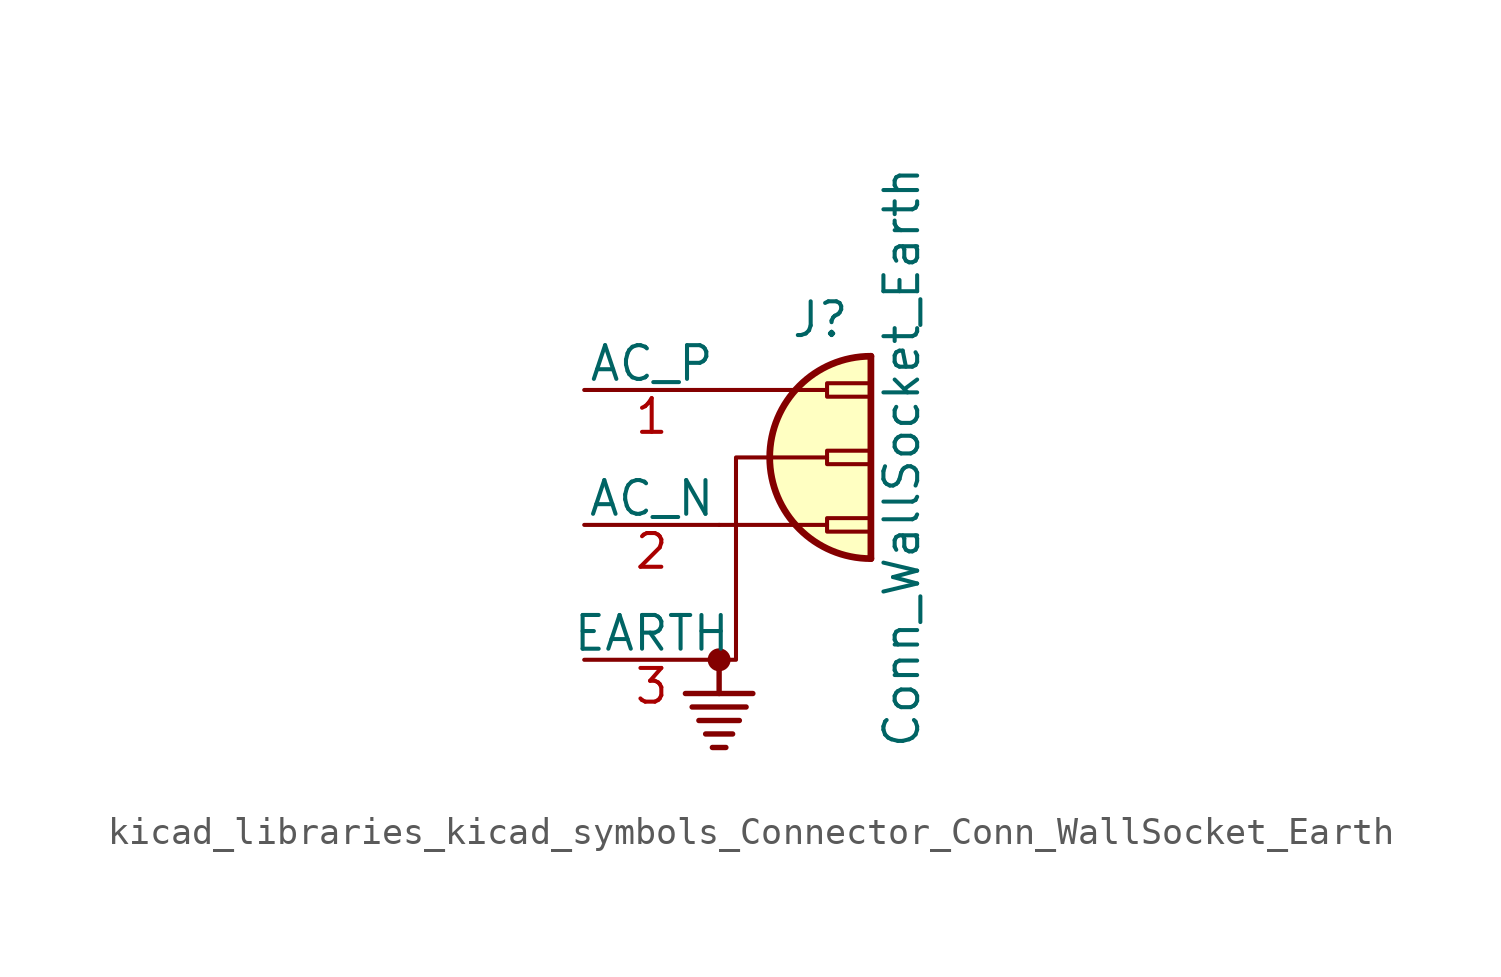
<source format=kicad_sym>
(kicad_symbol_lib
  (version 20220914)
  (generator kicad_symbol_editor)
  (symbol "kicad_libraries_kicad_symbols_Connector_Conn_WallSocket_Earth"
    (pin_names
      (offset 0))
    (property "Reference" "J"
      (at 3.81 6.985 0)
      (effects (font (size 1.27 1.27)) (justify bottom)))
    (property "Value" "Conn_WallSocket_Earth"
      (at 7.62 2.54 90)
      (effects (font (size 1.27 1.27)) (justify bottom)))
    (symbol "kicad_libraries_kicad_symbols_Connector_Conn_WallSocket_Earth_0_1"
      (circle (center 0 -5.08) (radius 0.356) (stroke (width 0) (type default)) (fill (type outline)))
      (polyline (pts (xy -1.27 -6.35) (xy 1.27 -6.35)) (stroke (width 0.203) (type default)) (fill (type none)))
      (polyline (pts (xy 0 -5.08) (xy 0 -6.35)) (stroke (width 0.203) (type default)) (fill (type none)))
      (polyline (pts (xy 0.254 -8.382) (xy -0.254 -8.382)) (stroke (width 0.203) (type default)) (fill (type none)))
      (polyline (pts (xy 0.508 -7.874) (xy -0.508 -7.874)) (stroke (width 0.203) (type default)) (fill (type none)))
      (polyline (pts (xy 0.762 -7.366) (xy -0.762 -7.366)) (stroke (width 0.203) (type default)) (fill (type none)))
      (polyline (pts (xy 1.016 -6.858) (xy -1.016 -6.858)) (stroke (width 0.203) (type default)) (fill (type none)))
      (polyline (pts (xy 4.064 0) (xy 0 0)) (stroke (width 0) (type default)) (fill (type none)))
      (polyline (pts (xy 4.064 5.08) (xy 0 5.08)) (stroke (width 0) (type default)) (fill (type none)))
      (polyline (pts (xy 5.715 -1.27) (xy 5.715 6.35)) (stroke (width 0.254) (type default)) (fill (type none)))
      (polyline (pts (xy 0 -5.08) (xy 0.635 -5.08) (xy 0.635 2.54) (xy 4.064 2.54)) (stroke (width 0) (type default)) (fill (type none)))
      (rectangle (start 5.715 -0.254) (end 4.064 0.254) (stroke (width 0) (type default)) (fill (type none)))
      (rectangle (start 5.715 2.286) (end 4.064 2.794) (stroke (width 0) (type default)) (fill (type none)))
      (rectangle (start 5.715 4.826) (end 4.064 5.334) (stroke (width 0) (type default)) (fill (type none)))
      (arc (start 5.715 6.35) (mid 1.9216 2.54) (end 5.715 -1.27) (stroke (width 0.254) (type default)) (fill (type background))))
    (symbol "kicad_libraries_kicad_symbols_Connector_Conn_WallSocket_Earth_1_1"
      (pin power_in line (at -5.08 5.08 0) (length 5.08) (name "AC_P" (effects (font (size 1.27 1.27)))) (number "1" (effects (font (size 1.27 1.27)))))
      (pin power_in line (at -5.08 0 0) (length 5.08) (name "AC_N" (effects (font (size 1.27 1.27)))) (number "2" (effects (font (size 1.27 1.27)))))
      (pin passive line (at -5.08 -5.08 0) (length 5.08) (name "EARTH" (effects (font (size 1.27 1.27)))) (number "3" (effects (font (size 1.27 1.27))))))))
</source>
